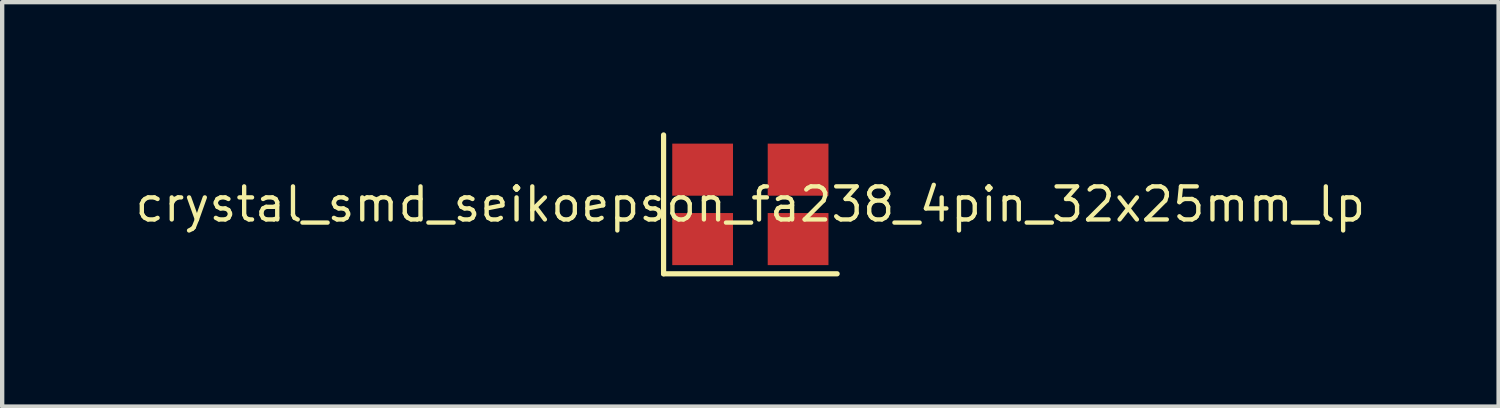
<source format=kicad_pcb>
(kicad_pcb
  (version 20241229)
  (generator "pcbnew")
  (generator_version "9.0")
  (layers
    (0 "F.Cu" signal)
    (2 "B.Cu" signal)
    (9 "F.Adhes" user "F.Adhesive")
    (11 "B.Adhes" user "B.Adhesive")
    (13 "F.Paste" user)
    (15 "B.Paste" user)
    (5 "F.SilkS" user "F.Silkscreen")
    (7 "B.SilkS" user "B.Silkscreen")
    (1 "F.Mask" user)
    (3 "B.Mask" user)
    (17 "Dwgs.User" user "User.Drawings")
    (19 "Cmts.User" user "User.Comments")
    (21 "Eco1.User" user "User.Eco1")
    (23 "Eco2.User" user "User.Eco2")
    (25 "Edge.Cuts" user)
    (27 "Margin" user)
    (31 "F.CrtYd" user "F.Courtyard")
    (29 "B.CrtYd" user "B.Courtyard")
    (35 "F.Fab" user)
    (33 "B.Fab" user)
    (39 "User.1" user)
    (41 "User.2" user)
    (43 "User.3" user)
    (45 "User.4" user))
  (footprint "crystal_smd_seikoepson_fa238_4pin_32x25mm_lp"
    (layer "F.Cu")
    (at 14.243 1.66)
    (property "Reference" "crystal_smd_seikoepson_fa238_4pin_32x25mm_lp" (at 0 0 0) (layer "F.SilkS") (effects (font (size 0.762 0.762) (thickness 0.1))))
    (attr through_hole)
    (fp_poly (pts (xy -1.95 -0.05) (xy -0.25 -0.05) (xy -0.25 -1.55) (xy -1.95 -1.55)) (stroke (width 0) (type solid)) (fill yes) (layer "F.Mask"))
    (fp_poly (pts (xy -1.95 1.55) (xy -0.25 1.55) (xy -0.25 0.05) (xy -1.95 0.05)) (stroke (width 0) (type solid)) (fill yes) (layer "F.Mask"))
    (fp_poly (pts (xy 0.25 -0.05) (xy 1.95 -0.05) (xy 1.95 -1.55) (xy 0.25 -1.55)) (stroke (width 0) (type solid)) (fill yes) (layer "F.Mask"))
    (fp_poly (pts (xy 0.25 1.55) (xy 1.95 1.55) (xy 1.95 0.05) (xy 0.25 0.05)) (stroke (width 0) (type solid)) (fill yes) (layer "F.Mask"))
    (fp_line (start -2 -1.6) (end -2 1.6) (stroke (width 0.12) (type solid)) (layer "F.SilkS"))
    (fp_line (start -2 1.6) (end 2 1.6) (stroke (width 0.12) (type solid)) (layer "F.SilkS"))
    (pad "1" smd rect (at -1.1 0.8) (size 1.4 1.2) (layers "F.Cu" "F.Paste"))
    (pad "2" smd rect (at 1.1 0.8) (size 1.4 1.2) (layers "F.Cu" "F.Paste"))
    (pad "3" smd rect (at 1.1 -0.8) (size 1.4 1.2) (layers "F.Cu" "F.Paste"))
    (pad "4" smd rect (at -1.1 -0.8) (size 1.4 1.2) (layers "F.Cu" "F.Paste")))
  (gr_rect
    (start -3 -3)
    (end 31.487 6.32)
    (stroke (width 0.1) (type default))
    (fill no)
    (layer "Edge.Cuts")))
</source>
